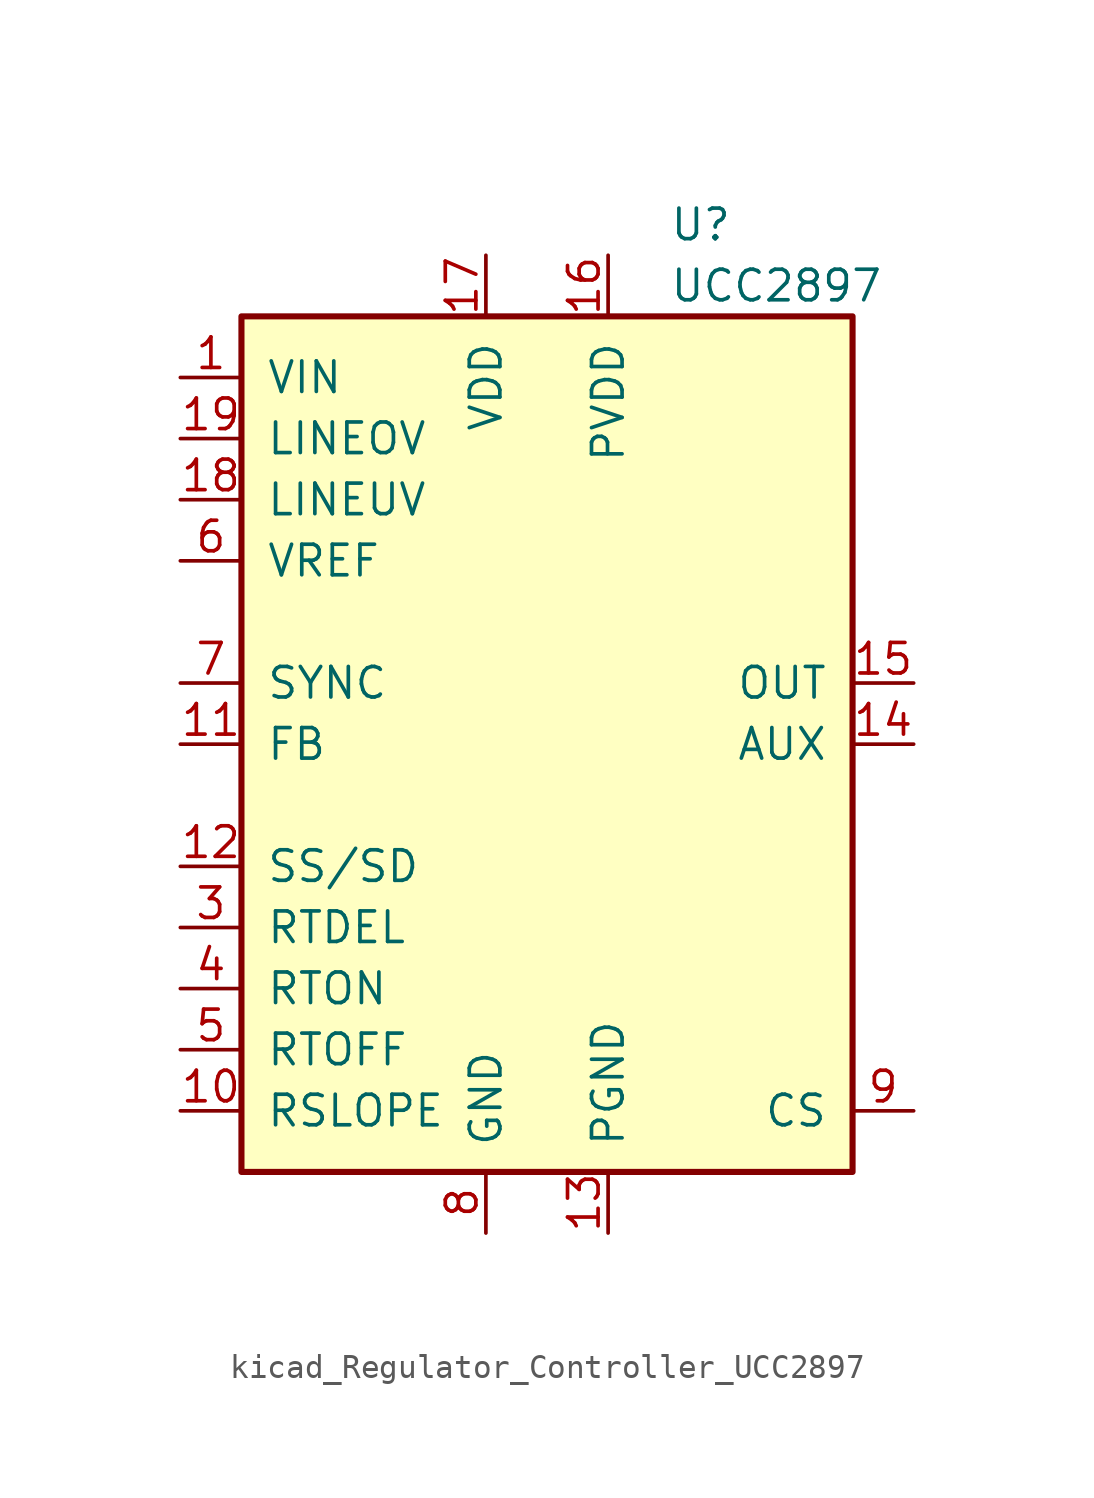
<source format=kicad_sym>
(kicad_symbol_lib
  (version 20220914)
  (generator kicad_symbol_editor)
  (symbol "kicad_Regulator_Controller_UCC2897"
    (pin_names
      (offset 1.016))
    (property "Reference" "U"
      (at 5.08 21.59 0)
      (effects (font (size 1.27 1.27)) (justify left)))
    (property "Value" "UCC2897"
      (at 5.08 19.05 0)
      (effects (font (size 1.27 1.27)) (justify left)))
    (symbol "kicad_Regulator_Controller_UCC2897_0_1"
      (rectangle (start -12.7 -17.78) (end 12.7 17.78) (stroke (width 0.254) (type default)) (fill (type background))))
    (symbol "kicad_Regulator_Controller_UCC2897_1_1"
      (pin input line (at -15.24 15.24 0) (length 2.54) (name "VIN" (effects (font (size 1.27 1.27)))) (number "1" (effects (font (size 1.27 1.27)))))
      (pin passive line (at -15.24 -15.24 0) (length 2.54) (name "RSLOPE" (effects (font (size 1.27 1.27)))) (number "10" (effects (font (size 1.27 1.27)))))
      (pin input line (at -15.24 0 0) (length 2.54) (name "FB" (effects (font (size 1.27 1.27)))) (number "11" (effects (font (size 1.27 1.27)))))
      (pin passive line (at -15.24 -5.08 0) (length 2.54) (name "SS/SD" (effects (font (size 1.27 1.27)))) (number "12" (effects (font (size 1.27 1.27)))))
      (pin power_in line (at 2.54 -20.32 90) (length 2.54) (name "PGND" (effects (font (size 1.27 1.27)))) (number "13" (effects (font (size 1.27 1.27)))))
      (pin output line (at 15.24 0 180) (length 2.54) (name "AUX" (effects (font (size 1.27 1.27)))) (number "14" (effects (font (size 1.27 1.27)))))
      (pin output line (at 15.24 2.54 180) (length 2.54) (name "OUT" (effects (font (size 1.27 1.27)))) (number "15" (effects (font (size 1.27 1.27)))))
      (pin power_in line (at 2.54 20.32 270) (length 2.54) (name "PVDD" (effects (font (size 1.27 1.27)))) (number "16" (effects (font (size 1.27 1.27)))))
      (pin power_in line (at -2.54 20.32 270) (length 2.54) (name "VDD" (effects (font (size 1.27 1.27)))) (number "17" (effects (font (size 1.27 1.27)))))
      (pin passive line (at -15.24 10.16 0) (length 2.54) (name "LINEUV" (effects (font (size 1.27 1.27)))) (number "18" (effects (font (size 1.27 1.27)))))
      (pin passive line (at -15.24 12.7 0) (length 2.54) (name "LINEOV" (effects (font (size 1.27 1.27)))) (number "19" (effects (font (size 1.27 1.27)))))
      (pin no_connect line (at 12.7 15.24 180) (length 2.54) hide (name "NC" (effects (font (size 1.27 1.27)))) (number "2" (effects (font (size 1.27 1.27)))))
      (pin no_connect line (at 12.7 12.7 180) (length 2.54) hide (name "NC" (effects (font (size 1.27 1.27)))) (number "20" (effects (font (size 1.27 1.27)))))
      (pin passive line (at -15.24 -7.62 0) (length 2.54) (name "RTDEL" (effects (font (size 1.27 1.27)))) (number "3" (effects (font (size 1.27 1.27)))))
      (pin passive line (at -15.24 -10.16 0) (length 2.54) (name "RTON" (effects (font (size 1.27 1.27)))) (number "4" (effects (font (size 1.27 1.27)))))
      (pin passive line (at -15.24 -12.7 0) (length 2.54) (name "RTOFF" (effects (font (size 1.27 1.27)))) (number "5" (effects (font (size 1.27 1.27)))))
      (pin output line (at -15.24 7.62 0) (length 2.54) (name "VREF" (effects (font (size 1.27 1.27)))) (number "6" (effects (font (size 1.27 1.27)))))
      (pin input line (at -15.24 2.54 0) (length 2.54) (name "SYNC" (effects (font (size 1.27 1.27)))) (number "7" (effects (font (size 1.27 1.27)))))
      (pin power_in line (at -2.54 -20.32 90) (length 2.54) (name "GND" (effects (font (size 1.27 1.27)))) (number "8" (effects (font (size 1.27 1.27)))))
      (pin input line (at 15.24 -15.24 180) (length 2.54) (name "CS" (effects (font (size 1.27 1.27)))) (number "9" (effects (font (size 1.27 1.27))))))))
</source>
